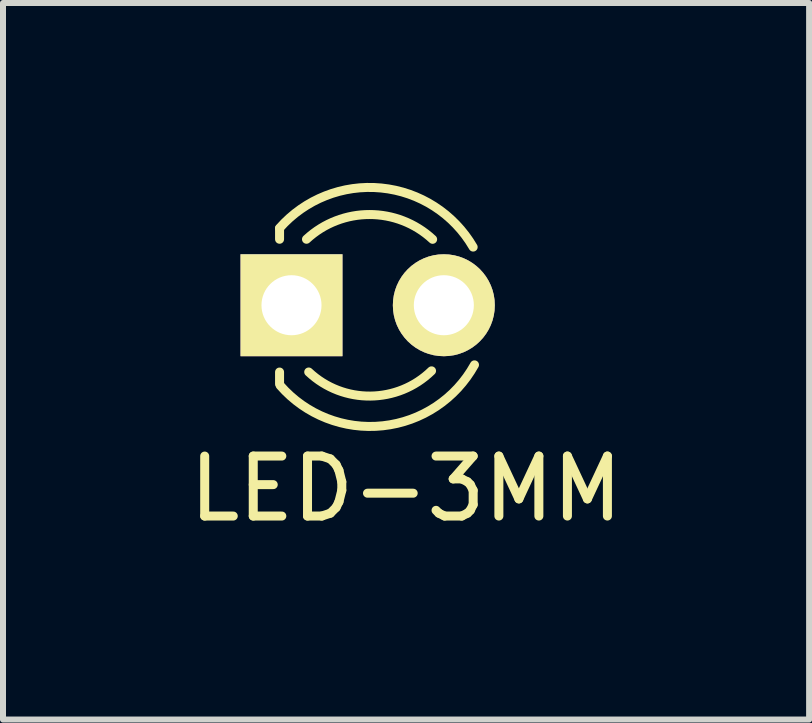
<source format=kicad_pcb>
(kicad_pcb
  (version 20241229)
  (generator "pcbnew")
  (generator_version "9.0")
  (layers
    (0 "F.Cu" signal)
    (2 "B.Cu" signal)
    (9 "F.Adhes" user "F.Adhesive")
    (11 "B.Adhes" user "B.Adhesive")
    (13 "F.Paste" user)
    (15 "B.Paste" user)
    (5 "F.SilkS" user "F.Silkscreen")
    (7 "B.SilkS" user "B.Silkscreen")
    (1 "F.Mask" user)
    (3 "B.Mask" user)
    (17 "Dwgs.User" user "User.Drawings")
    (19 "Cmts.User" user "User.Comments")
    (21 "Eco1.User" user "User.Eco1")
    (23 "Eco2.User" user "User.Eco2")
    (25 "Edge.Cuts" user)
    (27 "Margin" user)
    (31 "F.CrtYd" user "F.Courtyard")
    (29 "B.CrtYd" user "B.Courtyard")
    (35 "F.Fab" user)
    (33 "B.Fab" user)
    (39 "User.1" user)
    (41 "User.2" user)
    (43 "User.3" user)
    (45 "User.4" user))
  (footprint "LED-3MM"
    (layer "F.Cu")
    (at 1.81 2.039)
    (property "Reference" "LED-3MM" (at 1.91 3.06 0) (layer "F.SilkS") (effects (font (size 1 1) (thickness 0.15))))
    (attr through_hole)
    (fp_line (start -0.199 -1.28) (end -0.199 -1.1) (stroke (width 0.15) (type solid)) (layer "F.SilkS"))
    (fp_line (start -0.199 1.314) (end -0.199 1.114) (stroke (width 0.15) (type solid)) (layer "F.SilkS"))
    (fp_arc (start -0.199 -1.286) (mid 1.495903 -1.954571) (end 3.028744 -0.969643) (stroke (width 0.15) (type solid)) (layer "F.SilkS"))
    (fp_arc (start 0.25 -1.1) (mid 1.301686 -1.512142) (end 2.353005 -1.099067) (stroke (width 0.15) (type solid)) (layer "F.SilkS"))
    (fp_arc (start 2.335 1.094) (mid 1.31492 1.51473) (end 0.287111 1.113252) (stroke (width 0.15) (type solid)) (layer "F.SilkS"))
    (fp_arc (start 3.051 0.994) (mid 1.522637 2.009958) (end -0.18622 1.340726) (stroke (width 0.15) (type solid)) (layer "F.SilkS"))
    (pad "1" thru_hole rect (at 0 0 90) (size 1.7 1.7) (drill 1.001) (layers "*.Cu" "*.Mask" "F.SilkS"))
    (pad "2" thru_hole circle (at 2.54 0) (size 1.7 1.7) (drill 1.001) (layers "*.Cu" "*.Mask" "F.SilkS")))
  (gr_rect
    (start -3 -3)
    (end 10.44 8.947)
    (stroke (width 0.1) (type default))
    (fill no)
    (layer "Edge.Cuts")))
</source>
